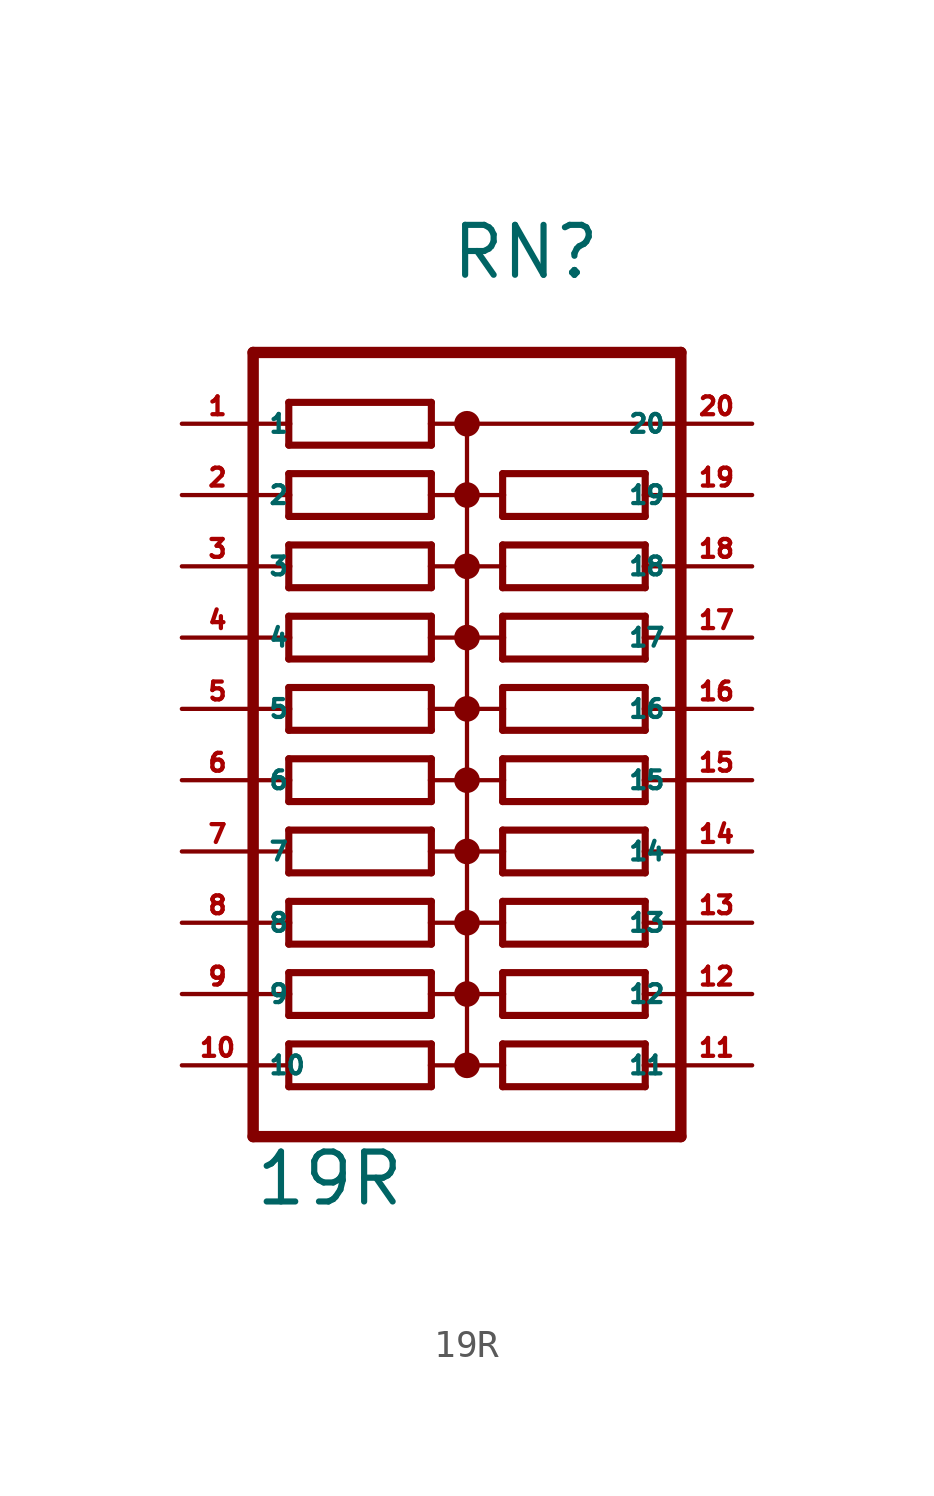
<source format=kicad_sym>
(kicad_symbol_lib
  (version 20220914)
  (generator Eagle2Kicad)
  (symbol "19R"
    (property "Reference" "RN"
      (at -0.635 15.24 0)
      (effects (font (size 1.778 1.778) (thickness 0.22)) (justify left bottom)))
    (property "Value" "19R"
      (at -7.62 -17.78 0)
      (effects (font (size 1.778 1.778) (thickness 0.22)) (justify left bottom)))
    (polyline
      (pts (xy -6.35 9.398) (xy -1.27 9.398))
      (stroke (width 0.254) (type default))
      (fill (type none)))
    (polyline
      (pts (xy -1.27 10.922) (xy -6.35 10.922))
      (stroke (width 0.254) (type default))
      (fill (type none)))
    (polyline
      (pts (xy -1.27 9.398) (xy -1.27 10.16))
      (stroke (width 0.254) (type default))
      (fill (type none)))
    (polyline
      (pts (xy -6.35 10.922) (xy -6.35 10.16))
      (stroke (width 0.254) (type default))
      (fill (type none)))
    (polyline
      (pts (xy -6.35 10.16) (xy -7.62 10.16))
      (stroke (width 0.152) (type default))
      (fill (type none)))
    (polyline
      (pts (xy -6.35 10.16) (xy -6.35 9.398))
      (stroke (width 0.254) (type default))
      (fill (type none)))
    (polyline
      (pts (xy 0 10.16) (xy -1.27 10.16))
      (stroke (width 0.152) (type default))
      (fill (type none)))
    (polyline
      (pts (xy -1.27 10.16) (xy -1.27 10.922))
      (stroke (width 0.254) (type default))
      (fill (type none)))
    (polyline
      (pts (xy 0 10.16) (xy 0 7.62))
      (stroke (width 0.152) (type default))
      (fill (type none)))
    (polyline
      (pts (xy 0 7.62) (xy -1.27 7.62))
      (stroke (width 0.152) (type default))
      (fill (type none)))
    (polyline
      (pts (xy 0 7.62) (xy 0 5.08))
      (stroke (width 0.152) (type default))
      (fill (type none)))
    (polyline
      (pts (xy 0 5.08) (xy -1.27 5.08))
      (stroke (width 0.152) (type default))
      (fill (type none)))
    (polyline
      (pts (xy 0 5.08) (xy 0 2.54))
      (stroke (width 0.152) (type default))
      (fill (type none)))
    (polyline
      (pts (xy 0 2.54) (xy -1.27 2.54))
      (stroke (width 0.152) (type default))
      (fill (type none)))
    (polyline
      (pts (xy 0 2.54) (xy 0 0))
      (stroke (width 0.152) (type default))
      (fill (type none)))
    (polyline
      (pts (xy 0 0) (xy -1.27 0))
      (stroke (width 0.152) (type default))
      (fill (type none)))
    (polyline
      (pts (xy -7.62 0) (xy -6.35 0))
      (stroke (width 0.152) (type default))
      (fill (type none)))
    (polyline
      (pts (xy -7.62 2.54) (xy -6.35 2.54))
      (stroke (width 0.152) (type default))
      (fill (type none)))
    (polyline
      (pts (xy -7.62 5.08) (xy -6.35 5.08))
      (stroke (width 0.152) (type default))
      (fill (type none)))
    (polyline
      (pts (xy -7.62 7.62) (xy -6.35 7.62))
      (stroke (width 0.152) (type default))
      (fill (type none)))
    (polyline
      (pts (xy -6.35 7.62) (xy -6.35 6.858))
      (stroke (width 0.254) (type default))
      (fill (type none)))
    (polyline
      (pts (xy -6.35 8.382) (xy -6.35 7.62))
      (stroke (width 0.254) (type default))
      (fill (type none)))
    (polyline
      (pts (xy -1.27 6.858) (xy -1.27 7.62))
      (stroke (width 0.254) (type default))
      (fill (type none)))
    (polyline
      (pts (xy -1.27 7.62) (xy -1.27 8.382))
      (stroke (width 0.254) (type default))
      (fill (type none)))
    (polyline
      (pts (xy -6.35 6.858) (xy -1.27 6.858))
      (stroke (width 0.254) (type default))
      (fill (type none)))
    (polyline
      (pts (xy -1.27 8.382) (xy -6.35 8.382))
      (stroke (width 0.254) (type default))
      (fill (type none)))
    (polyline
      (pts (xy -6.35 4.318) (xy -1.27 4.318))
      (stroke (width 0.254) (type default))
      (fill (type none)))
    (polyline
      (pts (xy -6.35 1.778) (xy -1.27 1.778))
      (stroke (width 0.254) (type default))
      (fill (type none)))
    (polyline
      (pts (xy -6.35 -0.762) (xy -1.27 -0.762))
      (stroke (width 0.254) (type default))
      (fill (type none)))
    (polyline
      (pts (xy -1.27 5.842) (xy -6.35 5.842))
      (stroke (width 0.254) (type default))
      (fill (type none)))
    (polyline
      (pts (xy -1.27 3.302) (xy -6.35 3.302))
      (stroke (width 0.254) (type default))
      (fill (type none)))
    (polyline
      (pts (xy -1.27 0.762) (xy -6.35 0.762))
      (stroke (width 0.254) (type default))
      (fill (type none)))
    (polyline
      (pts (xy -1.27 4.318) (xy -1.27 5.08))
      (stroke (width 0.254) (type default))
      (fill (type none)))
    (polyline
      (pts (xy -1.27 1.778) (xy -1.27 2.54))
      (stroke (width 0.254) (type default))
      (fill (type none)))
    (polyline
      (pts (xy -1.27 -0.762) (xy -1.27 0))
      (stroke (width 0.254) (type default))
      (fill (type none)))
    (polyline
      (pts (xy -1.27 5.08) (xy -1.27 5.842))
      (stroke (width 0.254) (type default))
      (fill (type none)))
    (polyline
      (pts (xy -1.27 2.54) (xy -1.27 3.302))
      (stroke (width 0.254) (type default))
      (fill (type none)))
    (polyline
      (pts (xy -1.27 0) (xy -1.27 0.762))
      (stroke (width 0.254) (type default))
      (fill (type none)))
    (polyline
      (pts (xy -6.35 5.08) (xy -6.35 4.318))
      (stroke (width 0.254) (type default))
      (fill (type none)))
    (polyline
      (pts (xy -6.35 2.54) (xy -6.35 1.778))
      (stroke (width 0.254) (type default))
      (fill (type none)))
    (polyline
      (pts (xy -6.35 0) (xy -6.35 -0.762))
      (stroke (width 0.254) (type default))
      (fill (type none)))
    (polyline
      (pts (xy -6.35 5.842) (xy -6.35 5.08))
      (stroke (width 0.254) (type default))
      (fill (type none)))
    (polyline
      (pts (xy -6.35 3.302) (xy -6.35 2.54))
      (stroke (width 0.254) (type default))
      (fill (type none)))
    (polyline
      (pts (xy -6.35 0.762) (xy -6.35 0))
      (stroke (width 0.254) (type default))
      (fill (type none)))
    (polyline
      (pts (xy 7.62 12.7) (xy -7.62 12.7))
      (stroke (width 0.406) (type default))
      (fill (type none)))
    (polyline
      (pts (xy -6.35 -3.302) (xy -1.27 -3.302))
      (stroke (width 0.254) (type default))
      (fill (type none)))
    (polyline
      (pts (xy -1.27 -1.778) (xy -6.35 -1.778))
      (stroke (width 0.254) (type default))
      (fill (type none)))
    (polyline
      (pts (xy -1.27 -3.302) (xy -1.27 -2.54))
      (stroke (width 0.254) (type default))
      (fill (type none)))
    (polyline
      (pts (xy -6.35 -1.778) (xy -6.35 -2.54))
      (stroke (width 0.254) (type default))
      (fill (type none)))
    (polyline
      (pts (xy -6.35 -2.54) (xy -7.62 -2.54))
      (stroke (width 0.152) (type default))
      (fill (type none)))
    (polyline
      (pts (xy -6.35 -2.54) (xy -6.35 -3.302))
      (stroke (width 0.254) (type default))
      (fill (type none)))
    (polyline
      (pts (xy 0 -2.54) (xy -1.27 -2.54))
      (stroke (width 0.152) (type default))
      (fill (type none)))
    (polyline
      (pts (xy -1.27 -2.54) (xy -1.27 -1.778))
      (stroke (width 0.254) (type default))
      (fill (type none)))
    (polyline
      (pts (xy 0 -2.54) (xy 0 -5.08))
      (stroke (width 0.152) (type default))
      (fill (type none)))
    (polyline
      (pts (xy 0 -5.08) (xy -1.27 -5.08))
      (stroke (width 0.152) (type default))
      (fill (type none)))
    (polyline
      (pts (xy 0 -5.08) (xy 0 -7.62))
      (stroke (width 0.152) (type default))
      (fill (type none)))
    (polyline
      (pts (xy 0 -7.62) (xy -1.27 -7.62))
      (stroke (width 0.152) (type default))
      (fill (type none)))
    (polyline
      (pts (xy -7.62 -7.62) (xy -6.35 -7.62))
      (stroke (width 0.152) (type default))
      (fill (type none)))
    (polyline
      (pts (xy -7.62 -5.08) (xy -6.35 -5.08))
      (stroke (width 0.152) (type default))
      (fill (type none)))
    (polyline
      (pts (xy -6.35 -5.08) (xy -6.35 -5.842))
      (stroke (width 0.254) (type default))
      (fill (type none)))
    (polyline
      (pts (xy -6.35 -4.318) (xy -6.35 -5.08))
      (stroke (width 0.254) (type default))
      (fill (type none)))
    (polyline
      (pts (xy -1.27 -5.842) (xy -1.27 -5.08))
      (stroke (width 0.254) (type default))
      (fill (type none)))
    (polyline
      (pts (xy -1.27 -5.08) (xy -1.27 -4.318))
      (stroke (width 0.254) (type default))
      (fill (type none)))
    (polyline
      (pts (xy -6.35 -5.842) (xy -1.27 -5.842))
      (stroke (width 0.254) (type default))
      (fill (type none)))
    (polyline
      (pts (xy -1.27 -4.318) (xy -6.35 -4.318))
      (stroke (width 0.254) (type default))
      (fill (type none)))
    (polyline
      (pts (xy -6.35 -8.382) (xy -1.27 -8.382))
      (stroke (width 0.254) (type default))
      (fill (type none)))
    (polyline
      (pts (xy -1.27 -6.858) (xy -6.35 -6.858))
      (stroke (width 0.254) (type default))
      (fill (type none)))
    (polyline
      (pts (xy -1.27 -8.382) (xy -1.27 -7.62))
      (stroke (width 0.254) (type default))
      (fill (type none)))
    (polyline
      (pts (xy -1.27 -7.62) (xy -1.27 -6.858))
      (stroke (width 0.254) (type default))
      (fill (type none)))
    (polyline
      (pts (xy -6.35 -7.62) (xy -6.35 -8.382))
      (stroke (width 0.254) (type default))
      (fill (type none)))
    (polyline
      (pts (xy -6.35 -6.858) (xy -6.35 -7.62))
      (stroke (width 0.254) (type default))
      (fill (type none)))
    (polyline
      (pts (xy 7.62 12.7) (xy 7.62 10.16))
      (stroke (width 0.406) (type default))
      (fill (type none)))
    (polyline
      (pts (xy 7.62 10.16) (xy 7.62 7.62))
      (stroke (width 0.406) (type default))
      (fill (type none)))
    (polyline
      (pts (xy 7.62 7.62) (xy 7.62 5.08))
      (stroke (width 0.406) (type default))
      (fill (type none)))
    (polyline
      (pts (xy 7.62 5.08) (xy 7.62 2.54))
      (stroke (width 0.406) (type default))
      (fill (type none)))
    (polyline
      (pts (xy 7.62 2.54) (xy 7.62 0))
      (stroke (width 0.406) (type default))
      (fill (type none)))
    (polyline
      (pts (xy 7.62 0) (xy 7.62 -2.54))
      (stroke (width 0.406) (type default))
      (fill (type none)))
    (polyline
      (pts (xy 7.62 -2.54) (xy 7.62 -5.08))
      (stroke (width 0.406) (type default))
      (fill (type none)))
    (polyline
      (pts (xy 7.62 -5.08) (xy 7.62 -7.62))
      (stroke (width 0.406) (type default))
      (fill (type none)))
    (polyline
      (pts (xy 7.62 -7.62) (xy 7.62 -10.16))
      (stroke (width 0.406) (type default))
      (fill (type none)))
    (polyline
      (pts (xy 7.62 -10.16) (xy 7.62 -12.7))
      (stroke (width 0.406) (type default))
      (fill (type none)))
    (polyline
      (pts (xy 7.62 -12.7) (xy 7.62 -15.24))
      (stroke (width 0.406) (type default))
      (fill (type none)))
    (polyline
      (pts (xy 7.62 -15.24) (xy -7.62 -15.24))
      (stroke (width 0.406) (type default))
      (fill (type none)))
    (polyline
      (pts (xy -7.62 12.7) (xy -7.62 -10.16))
      (stroke (width 0.406) (type default))
      (fill (type none)))
    (polyline
      (pts (xy -7.62 -10.16) (xy -7.62 -12.7))
      (stroke (width 0.406) (type default))
      (fill (type none)))
    (polyline
      (pts (xy -7.62 -12.7) (xy -7.62 -15.24))
      (stroke (width 0.406) (type default))
      (fill (type none)))
    (polyline
      (pts (xy 0 0) (xy 0 -2.54))
      (stroke (width 0.152) (type default))
      (fill (type none)))
    (polyline
      (pts (xy 0 10.16) (xy 7.62 10.16))
      (stroke (width 0.152) (type default))
      (fill (type none)))
    (polyline
      (pts (xy 6.35 -6.858) (xy 1.27 -6.858))
      (stroke (width 0.254) (type default))
      (fill (type none)))
    (polyline
      (pts (xy 1.27 -8.382) (xy 6.35 -8.382))
      (stroke (width 0.254) (type default))
      (fill (type none)))
    (polyline
      (pts (xy 1.27 -6.858) (xy 1.27 -7.62))
      (stroke (width 0.254) (type default))
      (fill (type none)))
    (polyline
      (pts (xy 6.35 -8.382) (xy 6.35 -7.62))
      (stroke (width 0.254) (type default))
      (fill (type none)))
    (polyline
      (pts (xy 6.35 -7.62) (xy 7.62 -7.62))
      (stroke (width 0.152) (type default))
      (fill (type none)))
    (polyline
      (pts (xy 6.35 -7.62) (xy 6.35 -6.858))
      (stroke (width 0.254) (type default))
      (fill (type none)))
    (polyline
      (pts (xy 0 -7.62) (xy 1.27 -7.62))
      (stroke (width 0.152) (type default))
      (fill (type none)))
    (polyline
      (pts (xy 1.27 -7.62) (xy 1.27 -8.382))
      (stroke (width 0.254) (type default))
      (fill (type none)))
    (polyline
      (pts (xy 0 -5.08) (xy 1.27 -5.08))
      (stroke (width 0.152) (type default))
      (fill (type none)))
    (polyline
      (pts (xy 0 -2.54) (xy 1.27 -2.54))
      (stroke (width 0.152) (type default))
      (fill (type none)))
    (polyline
      (pts (xy 0 0) (xy 1.27 0))
      (stroke (width 0.152) (type default))
      (fill (type none)))
    (polyline
      (pts (xy 0 2.54) (xy 1.27 2.54))
      (stroke (width 0.152) (type default))
      (fill (type none)))
    (polyline
      (pts (xy 7.62 2.54) (xy 6.35 2.54))
      (stroke (width 0.152) (type default))
      (fill (type none)))
    (polyline
      (pts (xy 7.62 0) (xy 6.35 0))
      (stroke (width 0.152) (type default))
      (fill (type none)))
    (polyline
      (pts (xy 7.62 -2.54) (xy 6.35 -2.54))
      (stroke (width 0.152) (type default))
      (fill (type none)))
    (polyline
      (pts (xy 7.62 -5.08) (xy 6.35 -5.08))
      (stroke (width 0.152) (type default))
      (fill (type none)))
    (polyline
      (pts (xy 6.35 -5.08) (xy 6.35 -4.318))
      (stroke (width 0.254) (type default))
      (fill (type none)))
    (polyline
      (pts (xy 6.35 -5.842) (xy 6.35 -5.08))
      (stroke (width 0.254) (type default))
      (fill (type none)))
    (polyline
      (pts (xy 1.27 -4.318) (xy 1.27 -5.08))
      (stroke (width 0.254) (type default))
      (fill (type none)))
    (polyline
      (pts (xy 1.27 -5.08) (xy 1.27 -5.842))
      (stroke (width 0.254) (type default))
      (fill (type none)))
    (polyline
      (pts (xy 6.35 -4.318) (xy 1.27 -4.318))
      (stroke (width 0.254) (type default))
      (fill (type none)))
    (polyline
      (pts (xy 1.27 -5.842) (xy 6.35 -5.842))
      (stroke (width 0.254) (type default))
      (fill (type none)))
    (polyline
      (pts (xy 6.35 -1.778) (xy 1.27 -1.778))
      (stroke (width 0.254) (type default))
      (fill (type none)))
    (polyline
      (pts (xy 6.35 0.762) (xy 1.27 0.762))
      (stroke (width 0.254) (type default))
      (fill (type none)))
    (polyline
      (pts (xy 6.35 3.302) (xy 1.27 3.302))
      (stroke (width 0.254) (type default))
      (fill (type none)))
    (polyline
      (pts (xy 1.27 -3.302) (xy 6.35 -3.302))
      (stroke (width 0.254) (type default))
      (fill (type none)))
    (polyline
      (pts (xy 1.27 -0.762) (xy 6.35 -0.762))
      (stroke (width 0.254) (type default))
      (fill (type none)))
    (polyline
      (pts (xy 1.27 1.778) (xy 6.35 1.778))
      (stroke (width 0.254) (type default))
      (fill (type none)))
    (polyline
      (pts (xy 1.27 -1.778) (xy 1.27 -2.54))
      (stroke (width 0.254) (type default))
      (fill (type none)))
    (polyline
      (pts (xy 1.27 0.762) (xy 1.27 0))
      (stroke (width 0.254) (type default))
      (fill (type none)))
    (polyline
      (pts (xy 1.27 3.302) (xy 1.27 2.54))
      (stroke (width 0.254) (type default))
      (fill (type none)))
    (polyline
      (pts (xy 1.27 -2.54) (xy 1.27 -3.302))
      (stroke (width 0.254) (type default))
      (fill (type none)))
    (polyline
      (pts (xy 1.27 0) (xy 1.27 -0.762))
      (stroke (width 0.254) (type default))
      (fill (type none)))
    (polyline
      (pts (xy 1.27 2.54) (xy 1.27 1.778))
      (stroke (width 0.254) (type default))
      (fill (type none)))
    (polyline
      (pts (xy 6.35 -2.54) (xy 6.35 -1.778))
      (stroke (width 0.254) (type default))
      (fill (type none)))
    (polyline
      (pts (xy 6.35 0) (xy 6.35 0.762))
      (stroke (width 0.254) (type default))
      (fill (type none)))
    (polyline
      (pts (xy 6.35 2.54) (xy 6.35 3.302))
      (stroke (width 0.254) (type default))
      (fill (type none)))
    (polyline
      (pts (xy 6.35 -3.302) (xy 6.35 -2.54))
      (stroke (width 0.254) (type default))
      (fill (type none)))
    (polyline
      (pts (xy 6.35 -0.762) (xy 6.35 0))
      (stroke (width 0.254) (type default))
      (fill (type none)))
    (polyline
      (pts (xy 6.35 1.778) (xy 6.35 2.54))
      (stroke (width 0.254) (type default))
      (fill (type none)))
    (polyline
      (pts (xy 6.35 5.842) (xy 1.27 5.842))
      (stroke (width 0.254) (type default))
      (fill (type none)))
    (polyline
      (pts (xy 1.27 4.318) (xy 6.35 4.318))
      (stroke (width 0.254) (type default))
      (fill (type none)))
    (polyline
      (pts (xy 1.27 5.842) (xy 1.27 5.08))
      (stroke (width 0.254) (type default))
      (fill (type none)))
    (polyline
      (pts (xy 6.35 4.318) (xy 6.35 5.08))
      (stroke (width 0.254) (type default))
      (fill (type none)))
    (polyline
      (pts (xy 6.35 5.08) (xy 7.62 5.08))
      (stroke (width 0.152) (type default))
      (fill (type none)))
    (polyline
      (pts (xy 6.35 5.08) (xy 6.35 5.842))
      (stroke (width 0.254) (type default))
      (fill (type none)))
    (polyline
      (pts (xy 0 5.08) (xy 1.27 5.08))
      (stroke (width 0.152) (type default))
      (fill (type none)))
    (polyline
      (pts (xy 1.27 5.08) (xy 1.27 4.318))
      (stroke (width 0.254) (type default))
      (fill (type none)))
    (polyline
      (pts (xy 0 7.62) (xy 1.27 7.62))
      (stroke (width 0.152) (type default))
      (fill (type none)))
    (polyline
      (pts (xy 7.62 7.62) (xy 6.35 7.62))
      (stroke (width 0.152) (type default))
      (fill (type none)))
    (polyline
      (pts (xy 6.35 7.62) (xy 6.35 8.382))
      (stroke (width 0.254) (type default))
      (fill (type none)))
    (polyline
      (pts (xy 6.35 6.858) (xy 6.35 7.62))
      (stroke (width 0.254) (type default))
      (fill (type none)))
    (polyline
      (pts (xy 1.27 8.382) (xy 1.27 7.62))
      (stroke (width 0.254) (type default))
      (fill (type none)))
    (polyline
      (pts (xy 1.27 7.62) (xy 1.27 6.858))
      (stroke (width 0.254) (type default))
      (fill (type none)))
    (polyline
      (pts (xy 6.35 8.382) (xy 1.27 8.382))
      (stroke (width 0.254) (type default))
      (fill (type none)))
    (polyline
      (pts (xy 1.27 6.858) (xy 6.35 6.858))
      (stroke (width 0.254) (type default))
      (fill (type none)))
    (polyline
      (pts (xy 0 -7.62) (xy 0 -10.16))
      (stroke (width 0.152) (type default))
      (fill (type none)))
    (polyline
      (pts (xy 0 -10.16) (xy -1.27 -10.16))
      (stroke (width 0.152) (type default))
      (fill (type none)))
    (polyline
      (pts (xy 0 -10.16) (xy 0 -12.7))
      (stroke (width 0.152) (type default))
      (fill (type none)))
    (polyline
      (pts (xy 0 -12.7) (xy -1.27 -12.7))
      (stroke (width 0.152) (type default))
      (fill (type none)))
    (polyline
      (pts (xy -7.62 -12.7) (xy -6.35 -12.7))
      (stroke (width 0.152) (type default))
      (fill (type none)))
    (polyline
      (pts (xy -7.62 -10.16) (xy -6.35 -10.16))
      (stroke (width 0.152) (type default))
      (fill (type none)))
    (polyline
      (pts (xy -6.35 -10.16) (xy -6.35 -10.922))
      (stroke (width 0.254) (type default))
      (fill (type none)))
    (polyline
      (pts (xy -6.35 -9.398) (xy -6.35 -10.16))
      (stroke (width 0.254) (type default))
      (fill (type none)))
    (polyline
      (pts (xy -1.27 -10.922) (xy -1.27 -10.16))
      (stroke (width 0.254) (type default))
      (fill (type none)))
    (polyline
      (pts (xy -1.27 -10.16) (xy -1.27 -9.398))
      (stroke (width 0.254) (type default))
      (fill (type none)))
    (polyline
      (pts (xy -6.35 -10.922) (xy -1.27 -10.922))
      (stroke (width 0.254) (type default))
      (fill (type none)))
    (polyline
      (pts (xy -1.27 -9.398) (xy -6.35 -9.398))
      (stroke (width 0.254) (type default))
      (fill (type none)))
    (polyline
      (pts (xy -6.35 -13.462) (xy -1.27 -13.462))
      (stroke (width 0.254) (type default))
      (fill (type none)))
    (polyline
      (pts (xy -1.27 -11.938) (xy -6.35 -11.938))
      (stroke (width 0.254) (type default))
      (fill (type none)))
    (polyline
      (pts (xy -1.27 -13.462) (xy -1.27 -12.7))
      (stroke (width 0.254) (type default))
      (fill (type none)))
    (polyline
      (pts (xy -1.27 -12.7) (xy -1.27 -11.938))
      (stroke (width 0.254) (type default))
      (fill (type none)))
    (polyline
      (pts (xy -6.35 -12.7) (xy -6.35 -13.462))
      (stroke (width 0.254) (type default))
      (fill (type none)))
    (polyline
      (pts (xy -6.35 -11.938) (xy -6.35 -12.7))
      (stroke (width 0.254) (type default))
      (fill (type none)))
    (polyline
      (pts (xy 6.35 -11.938) (xy 1.27 -11.938))
      (stroke (width 0.254) (type default))
      (fill (type none)))
    (polyline
      (pts (xy 1.27 -13.462) (xy 6.35 -13.462))
      (stroke (width 0.254) (type default))
      (fill (type none)))
    (polyline
      (pts (xy 1.27 -11.938) (xy 1.27 -12.7))
      (stroke (width 0.254) (type default))
      (fill (type none)))
    (polyline
      (pts (xy 6.35 -13.462) (xy 6.35 -12.7))
      (stroke (width 0.254) (type default))
      (fill (type none)))
    (polyline
      (pts (xy 6.35 -12.7) (xy 7.62 -12.7))
      (stroke (width 0.152) (type default))
      (fill (type none)))
    (polyline
      (pts (xy 6.35 -12.7) (xy 6.35 -11.938))
      (stroke (width 0.254) (type default))
      (fill (type none)))
    (polyline
      (pts (xy 0 -12.7) (xy 1.27 -12.7))
      (stroke (width 0.152) (type default))
      (fill (type none)))
    (polyline
      (pts (xy 1.27 -12.7) (xy 1.27 -13.462))
      (stroke (width 0.254) (type default))
      (fill (type none)))
    (polyline
      (pts (xy 0 -10.16) (xy 1.27 -10.16))
      (stroke (width 0.152) (type default))
      (fill (type none)))
    (polyline
      (pts (xy 7.62 -10.16) (xy 6.35 -10.16))
      (stroke (width 0.152) (type default))
      (fill (type none)))
    (polyline
      (pts (xy 6.35 -10.16) (xy 6.35 -9.398))
      (stroke (width 0.254) (type default))
      (fill (type none)))
    (polyline
      (pts (xy 6.35 -10.922) (xy 6.35 -10.16))
      (stroke (width 0.254) (type default))
      (fill (type none)))
    (polyline
      (pts (xy 1.27 -9.398) (xy 1.27 -10.16))
      (stroke (width 0.254) (type default))
      (fill (type none)))
    (polyline
      (pts (xy 1.27 -10.16) (xy 1.27 -10.922))
      (stroke (width 0.254) (type default))
      (fill (type none)))
    (polyline
      (pts (xy 6.35 -9.398) (xy 1.27 -9.398))
      (stroke (width 0.254) (type default))
      (fill (type none)))
    (polyline
      (pts (xy 1.27 -10.922) (xy 6.35 -10.922))
      (stroke (width 0.254) (type default))
      (fill (type none)))
    (circle
      (center 0 10.16)
      (radius 0.254)
      (stroke (width 0.406) (type default))
      (fill (type none)))
    (circle
      (center 0 7.62)
      (radius 0.254)
      (stroke (width 0.406) (type default))
      (fill (type none)))
    (circle
      (center 0 5.08)
      (radius 0.254)
      (stroke (width 0.406) (type default))
      (fill (type none)))
    (circle
      (center 0 2.54)
      (radius 0.254)
      (stroke (width 0.406) (type default))
      (fill (type none)))
    (circle
      (center 0 0)
      (radius 0.254)
      (stroke (width 0.406) (type default))
      (fill (type none)))
    (circle
      (center 0 -2.54)
      (radius 0.254)
      (stroke (width 0.406) (type default))
      (fill (type none)))
    (circle
      (center 0 -5.08)
      (radius 0.254)
      (stroke (width 0.406) (type default))
      (fill (type none)))
    (circle
      (center 0 -7.62)
      (radius 0.254)
      (stroke (width 0.406) (type default))
      (fill (type none)))
    (circle
      (center 0 -10.16)
      (radius 0.254)
      (stroke (width 0.406) (type default))
      (fill (type none)))
    (circle
      (center 0 -12.7)
      (radius 0.254)
      (stroke (width 0.406) (type default))
      (fill (type none)))
    (pin passive line
      (at 10.16 0 180)
      (length 2.54)
      (name "16" (effects (font (size 0.635 0.635) (thickness 0.08)) (justify left bottom)))
      (number "16" (effects (font (size 0.635 0.635) (thickness 0.08)) (justify left bottom))))
    (pin passive line
      (at -10.16 7.62 0)
      (length 2.54)
      (name "2" (effects (font (size 0.635 0.635) (thickness 0.08)) (justify left bottom)))
      (number "2" (effects (font (size 0.635 0.635) (thickness 0.08)) (justify left bottom))))
    (pin passive line
      (at -10.16 5.08 0)
      (length 2.54)
      (name "3" (effects (font (size 0.635 0.635) (thickness 0.08)) (justify left bottom)))
      (number "3" (effects (font (size 0.635 0.635) (thickness 0.08)) (justify left bottom))))
    (pin passive line
      (at -10.16 2.54 0)
      (length 2.54)
      (name "4" (effects (font (size 0.635 0.635) (thickness 0.08)) (justify left bottom)))
      (number "4" (effects (font (size 0.635 0.635) (thickness 0.08)) (justify left bottom))))
    (pin passive line
      (at -10.16 0 0)
      (length 2.54)
      (name "5" (effects (font (size 0.635 0.635) (thickness 0.08)) (justify left bottom)))
      (number "5" (effects (font (size 0.635 0.635) (thickness 0.08)) (justify left bottom))))
    (pin passive line
      (at -10.16 -2.54 0)
      (length 2.54)
      (name "6" (effects (font (size 0.635 0.635) (thickness 0.08)) (justify left bottom)))
      (number "6" (effects (font (size 0.635 0.635) (thickness 0.08)) (justify left bottom))))
    (pin passive line
      (at -10.16 -5.08 0)
      (length 2.54)
      (name "7" (effects (font (size 0.635 0.635) (thickness 0.08)) (justify left bottom)))
      (number "7" (effects (font (size 0.635 0.635) (thickness 0.08)) (justify left bottom))))
    (pin passive line
      (at -10.16 -7.62 0)
      (length 2.54)
      (name "8" (effects (font (size 0.635 0.635) (thickness 0.08)) (justify left bottom)))
      (number "8" (effects (font (size 0.635 0.635) (thickness 0.08)) (justify left bottom))))
    (pin passive line
      (at -10.16 10.16 0)
      (length 2.54)
      (name "1" (effects (font (size 0.635 0.635) (thickness 0.08)) (justify left bottom)))
      (number "1" (effects (font (size 0.635 0.635) (thickness 0.08)) (justify left bottom))))
    (pin passive line
      (at -10.16 -10.16 0)
      (length 2.54)
      (name "9" (effects (font (size 0.635 0.635) (thickness 0.08)) (justify left bottom)))
      (number "9" (effects (font (size 0.635 0.635) (thickness 0.08)) (justify left bottom))))
    (pin passive line
      (at -10.16 -12.7 0)
      (length 2.54)
      (name "10" (effects (font (size 0.635 0.635) (thickness 0.08)) (justify left bottom)))
      (number "10" (effects (font (size 0.635 0.635) (thickness 0.08)) (justify left bottom))))
    (pin passive line
      (at 10.16 -12.7 180)
      (length 2.54)
      (name "11" (effects (font (size 0.635 0.635) (thickness 0.08)) (justify left bottom)))
      (number "11" (effects (font (size 0.635 0.635) (thickness 0.08)) (justify left bottom))))
    (pin passive line
      (at 10.16 -10.16 180)
      (length 2.54)
      (name "12" (effects (font (size 0.635 0.635) (thickness 0.08)) (justify left bottom)))
      (number "12" (effects (font (size 0.635 0.635) (thickness 0.08)) (justify left bottom))))
    (pin passive line
      (at 10.16 -7.62 180)
      (length 2.54)
      (name "13" (effects (font (size 0.635 0.635) (thickness 0.08)) (justify left bottom)))
      (number "13" (effects (font (size 0.635 0.635) (thickness 0.08)) (justify left bottom))))
    (pin passive line
      (at 10.16 -5.08 180)
      (length 2.54)
      (name "14" (effects (font (size 0.635 0.635) (thickness 0.08)) (justify left bottom)))
      (number "14" (effects (font (size 0.635 0.635) (thickness 0.08)) (justify left bottom))))
    (pin passive line
      (at 10.16 -2.54 180)
      (length 2.54)
      (name "15" (effects (font (size 0.635 0.635) (thickness 0.08)) (justify left bottom)))
      (number "15" (effects (font (size 0.635 0.635) (thickness 0.08)) (justify left bottom))))
    (pin passive line
      (at 10.16 2.54 180)
      (length 2.54)
      (name "17" (effects (font (size 0.635 0.635) (thickness 0.08)) (justify left bottom)))
      (number "17" (effects (font (size 0.635 0.635) (thickness 0.08)) (justify left bottom))))
    (pin passive line
      (at 10.16 5.08 180)
      (length 2.54)
      (name "18" (effects (font (size 0.635 0.635) (thickness 0.08)) (justify left bottom)))
      (number "18" (effects (font (size 0.635 0.635) (thickness 0.08)) (justify left bottom))))
    (pin passive line
      (at 10.16 7.62 180)
      (length 2.54)
      (name "19" (effects (font (size 0.635 0.635) (thickness 0.08)) (justify left bottom)))
      (number "19" (effects (font (size 0.635 0.635) (thickness 0.08)) (justify left bottom))))
    (pin passive line
      (at 10.16 10.16 180)
      (length 2.54)
      (name "20" (effects (font (size 0.635 0.635) (thickness 0.08)) (justify left bottom)))
      (number "20" (effects (font (size 0.635 0.635) (thickness 0.08)) (justify left bottom))))))
</source>
